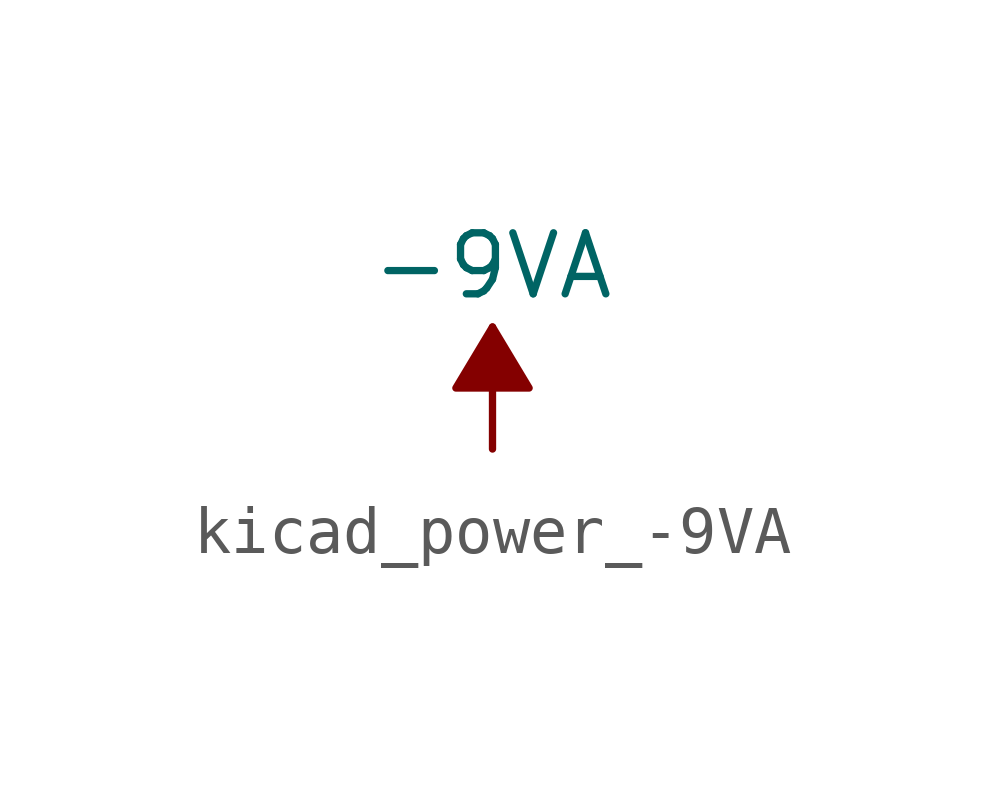
<source format=kicad_sym>
(kicad_symbol_lib
  (version 20220914)
  (generator kicad_symbol_editor)
  (symbol "kicad_power_-9VA"
    (power)
    (pin_names
      (offset 0))
    (property "Reference" "#PWR"
      (at 0 -3.175 0)
      (effects (font (size 1.27 1.27)) hide))
    (property "Value" "-9VA"
      (at 0 3.81 0)
      (effects (font (size 1.27 1.27))))
    (symbol "kicad_power_-9VA_0_1"
      (polyline (pts (xy 0 0) (xy 0 2.54)) (stroke (width 0) (type default)) (fill (type none)))
      (polyline (pts (xy 0.762 1.27) (xy -0.762 1.27) (xy 0 2.54) (xy 0.762 1.27)) (stroke (width 0) (type default)) (fill (type outline))))
    (symbol "kicad_power_-9VA_1_1"
      (pin power_in line (at 0 0 90) (length 0) hide (name "-9VA" (effects (font (size 1.27 1.27)))) (number "1" (effects (font (size 1.27 1.27))))))))
</source>
